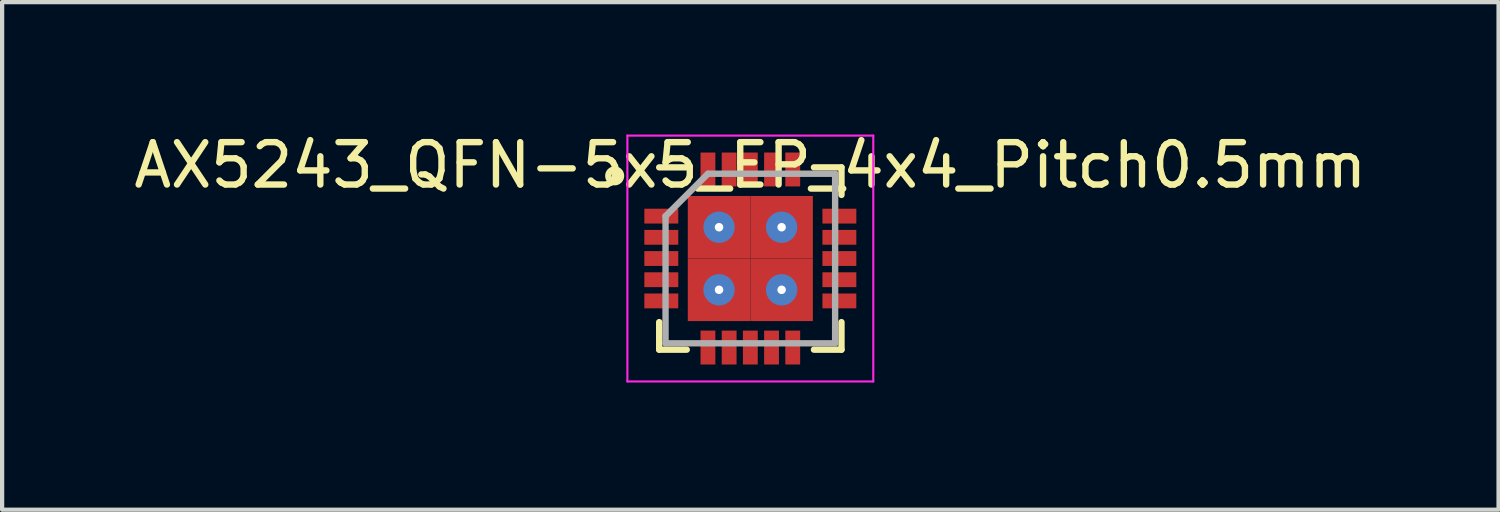
<source format=kicad_pcb>
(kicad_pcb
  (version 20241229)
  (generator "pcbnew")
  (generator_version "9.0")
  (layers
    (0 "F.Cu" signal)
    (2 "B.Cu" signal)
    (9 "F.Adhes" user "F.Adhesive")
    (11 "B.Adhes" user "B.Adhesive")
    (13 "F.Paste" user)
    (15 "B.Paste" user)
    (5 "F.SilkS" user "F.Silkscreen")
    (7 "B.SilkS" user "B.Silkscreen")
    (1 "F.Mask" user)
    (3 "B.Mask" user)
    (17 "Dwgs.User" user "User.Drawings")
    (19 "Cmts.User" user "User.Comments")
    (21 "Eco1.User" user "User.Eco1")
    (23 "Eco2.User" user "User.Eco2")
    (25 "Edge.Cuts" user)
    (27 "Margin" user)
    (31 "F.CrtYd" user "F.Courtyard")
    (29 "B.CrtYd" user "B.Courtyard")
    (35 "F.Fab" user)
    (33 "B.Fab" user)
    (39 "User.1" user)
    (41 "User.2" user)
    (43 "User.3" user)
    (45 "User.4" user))
  (footprint "AX5243_QFN-5x5_EP_4x4_Pitch0.5mm"
    (layer "F.Cu")
    (at 14.649 3.048)
    (property "Reference" "AX5243_QFN-5x5_EP_4x4_Pitch0.5mm" (at 0 -2.2 0) (layer "F.SilkS") (effects (font (size 1 1) (thickness 0.15))))
    (attr through_hole)
    (fp_line (start -2.15 2.15) (end -2.15 1.5) (stroke (width 0.15) (type solid)) (layer "F.SilkS"))
    (fp_line (start -1.5 -2.15) (end -2.15 -2.15) (stroke (width 0.15) (type solid)) (layer "F.SilkS"))
    (fp_line (start -1.5 2.15) (end -2.15 2.15) (stroke (width 0.15) (type solid)) (layer "F.SilkS"))
    (fp_line (start 1.5 -2.15) (end 2.15 -2.15) (stroke (width 0.15) (type solid)) (layer "F.SilkS"))
    (fp_line (start 1.5 2.15) (end 2.15 2.15) (stroke (width 0.15) (type solid)) (layer "F.SilkS"))
    (fp_line (start 2.15 -2.15) (end 2.15 -1.5) (stroke (width 0.15) (type solid)) (layer "F.SilkS"))
    (fp_line (start 2.15 2.15) (end 2.15 1.5) (stroke (width 0.15) (type solid)) (layer "F.SilkS"))
    (fp_circle (center -3.2 -1.95) (end -3.2 -1.8) (stroke (width 0.15) (type solid)) (fill no) (layer "F.SilkS"))
    (fp_line (start -2.9 -2.9) (end 2.9 -2.9) (stroke (width 0.05) (type solid)) (layer "F.CrtYd"))
    (fp_line (start -2.9 2.9) (end -2.9 -2.9) (stroke (width 0.05) (type solid)) (layer "F.CrtYd"))
    (fp_line (start 2.9 -2.9) (end 2.9 2.9) (stroke (width 0.05) (type solid)) (layer "F.CrtYd"))
    (fp_line (start 2.9 2.9) (end -2.9 2.9) (stroke (width 0.05) (type solid)) (layer "F.CrtYd"))
    (fp_line (start -2 -1) (end -2 2) (stroke (width 0.15) (type solid)) (layer "F.Fab"))
    (fp_line (start -2 2) (end 2 2) (stroke (width 0.15) (type solid)) (layer "F.Fab"))
    (fp_line (start -1 -2) (end -2 -1) (stroke (width 0.15) (type solid)) (layer "F.Fab"))
    (fp_line (start 2 -2) (end -1 -2) (stroke (width 0.15) (type solid)) (layer "F.Fab"))
    (fp_line (start 2 2) (end 2 -2) (stroke (width 0.15) (type solid)) (layer "F.Fab"))
    (pad "1" smd rect (at -2.1 -1 90) (size 0.35 0.8) (layers "F.Cu" "F.Mask" "F.Paste"))
    (pad "2" smd rect (at -2.1 -0.5 90) (size 0.35 0.8) (layers "F.Cu" "F.Mask" "F.Paste"))
    (pad "3" smd rect (at -2.1 0 90) (size 0.35 0.8) (layers "F.Cu" "F.Mask" "F.Paste"))
    (pad "4" smd rect (at -2.1 0.5 90) (size 0.35 0.8) (layers "F.Cu" "F.Mask" "F.Paste"))
    (pad "5" smd rect (at -2.1 1 90) (size 0.35 0.8) (layers "F.Cu" "F.Mask" "F.Paste"))
    (pad "6" smd rect (at -1 2.1) (size 0.35 0.8) (layers "F.Cu" "F.Mask" "F.Paste"))
    (pad "7" smd rect (at -0.5 2.1) (size 0.35 0.8) (layers "F.Cu" "F.Mask" "F.Paste"))
    (pad "8" smd rect (at 0 2.1) (size 0.35 0.8) (layers "F.Cu" "F.Mask" "F.Paste"))
    (pad "9" smd rect (at 0.5 2.1) (size 0.35 0.8) (layers "F.Cu" "F.Mask" "F.Paste"))
    (pad "10" smd rect (at 1 2.1) (size 0.35 0.8) (layers "F.Cu" "F.Mask" "F.Paste"))
    (pad "11" smd rect (at 2.1 1 90) (size 0.35 0.8) (layers "F.Cu" "F.Mask" "F.Paste"))
    (pad "12" smd rect (at 2.1 0.5 90) (size 0.35 0.8) (layers "F.Cu" "F.Mask" "F.Paste"))
    (pad "13" smd rect (at 2.1 0 90) (size 0.35 0.8) (layers "F.Cu" "F.Mask" "F.Paste"))
    (pad "14" smd rect (at 2.1 -0.5 90) (size 0.35 0.8) (layers "F.Cu" "F.Mask" "F.Paste"))
    (pad "15" smd rect (at 2.1 -1 90) (size 0.35 0.8) (layers "F.Cu" "F.Mask" "F.Paste"))
    (pad "16" smd rect (at 1 -2.1) (size 0.35 0.8) (layers "F.Cu" "F.Mask" "F.Paste"))
    (pad "17" smd rect (at 0.5 -2.1) (size 0.35 0.8) (layers "F.Cu" "F.Mask" "F.Paste"))
    (pad "18" smd rect (at 0 -2.1) (size 0.35 0.8) (layers "F.Cu" "F.Mask" "F.Paste"))
    (pad "19" smd rect (at -0.5 -2.1) (size 0.35 0.8) (layers "F.Cu" "F.Mask" "F.Paste"))
    (pad "20" smd rect (at -1 -2.1) (size 0.35 0.8) (layers "F.Cu" "F.Mask" "F.Paste"))
    (pad "21" thru_hole circle (at -0.738 -0.738) (size 0.738 0.738) (drill 0.2) (layers "*.Cu" "*.Mask"))
    (pad "21" smd rect (at -0.738 -0.738) (size 1.475 1.475) (layers "F.Cu" "F.Mask" "F.Paste"))
    (pad "21" thru_hole circle (at -0.738 0.738) (size 0.738 0.738) (drill 0.2) (layers "*.Cu" "*.Mask"))
    (pad "21" smd rect (at -0.738 0.738) (size 1.475 1.475) (layers "F.Cu" "F.Mask" "F.Paste"))
    (pad "21" thru_hole circle (at 0.738 -0.738) (size 0.738 0.738) (drill 0.2) (layers "*.Cu" "*.Mask"))
    (pad "21" smd rect (at 0.738 -0.738) (size 1.475 1.475) (layers "F.Cu" "F.Mask" "F.Paste"))
    (pad "21" thru_hole circle (at 0.738 0.738) (size 0.738 0.738) (drill 0.2) (layers "*.Cu" "*.Mask"))
    (pad "21" smd rect (at 0.738 0.738) (size 1.475 1.475) (layers "F.Cu" "F.Mask" "F.Paste")))
  (gr_rect
    (start -3 -3)
    (end 32.298 8.973)
    (stroke (width 0.1) (type default))
    (fill no)
    (layer "Edge.Cuts")))
</source>
